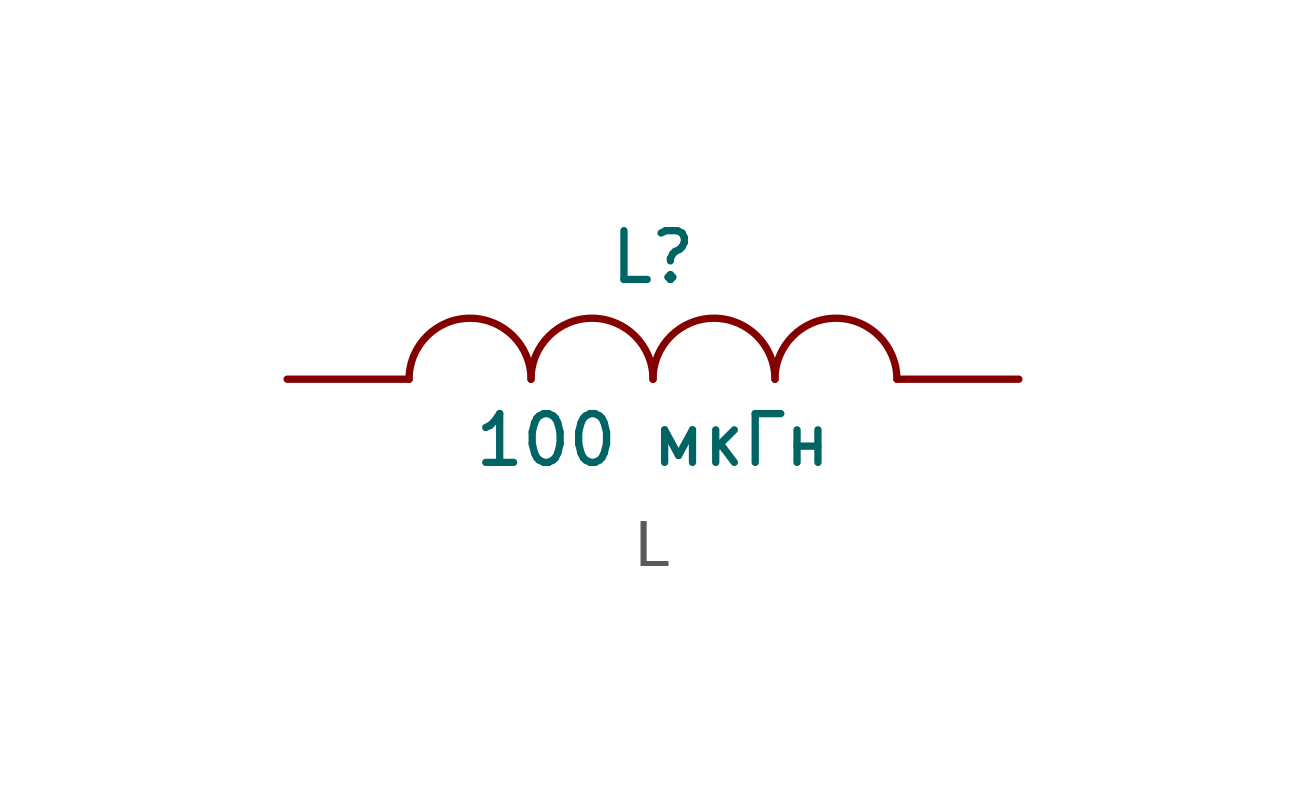
<source format=kicad_sym>
(kicad_symbol_lib
  (version 20231120)
  (generator "kicad_symbol_editor")
  (generator_version "8.0")
  (symbol "L"
    (pin_numbers hide)
    (pin_names
      (offset 0) hide)
    (property "Reference" "L"
      (at 0 2.54 0)
      (effects (font (size 1.016 1.016))))
    (property "Value" "100 мкГн"
      (at 0 -1.27 0)
      (effects (font (size 1.016 1.016))))
    (property "Footprint" ""
      (at 0 0 0)
      (effects (font (size 1.778 1.778))))
    (property "Datasheet" ""
      (at 0 0 0)
      (effects (font (size 1.778 1.778))))
    (symbol "L_1_1"
      (arc (start -2.54 0) (mid -3.81 1.2645) (end -5.08 0) (stroke (width 0) (type default)) (fill (type none)))
      (arc (start 0 0) (mid -1.27 1.2645) (end -2.54 0) (stroke (width 0) (type default)) (fill (type none)))
      (arc (start 2.54 0) (mid 1.27 1.2645) (end 0 0) (stroke (width 0) (type default)) (fill (type none)))
      (arc (start 5.08 0) (mid 3.81 1.2645) (end 2.54 0) (stroke (width 0) (type default)) (fill (type none)))
      (pin passive line (at -7.62 0 0) (length 2.54) (name "~" (effects (font (size 1.016 1.016)))) (number "1" (effects (font (size 1.016 1.016)))))
      (pin passive line (at 7.62 0 180) (length 2.54) (name "~" (effects (font (size 1.016 1.016)))) (number "2" (effects (font (size 1.016 1.016))))))))
</source>
